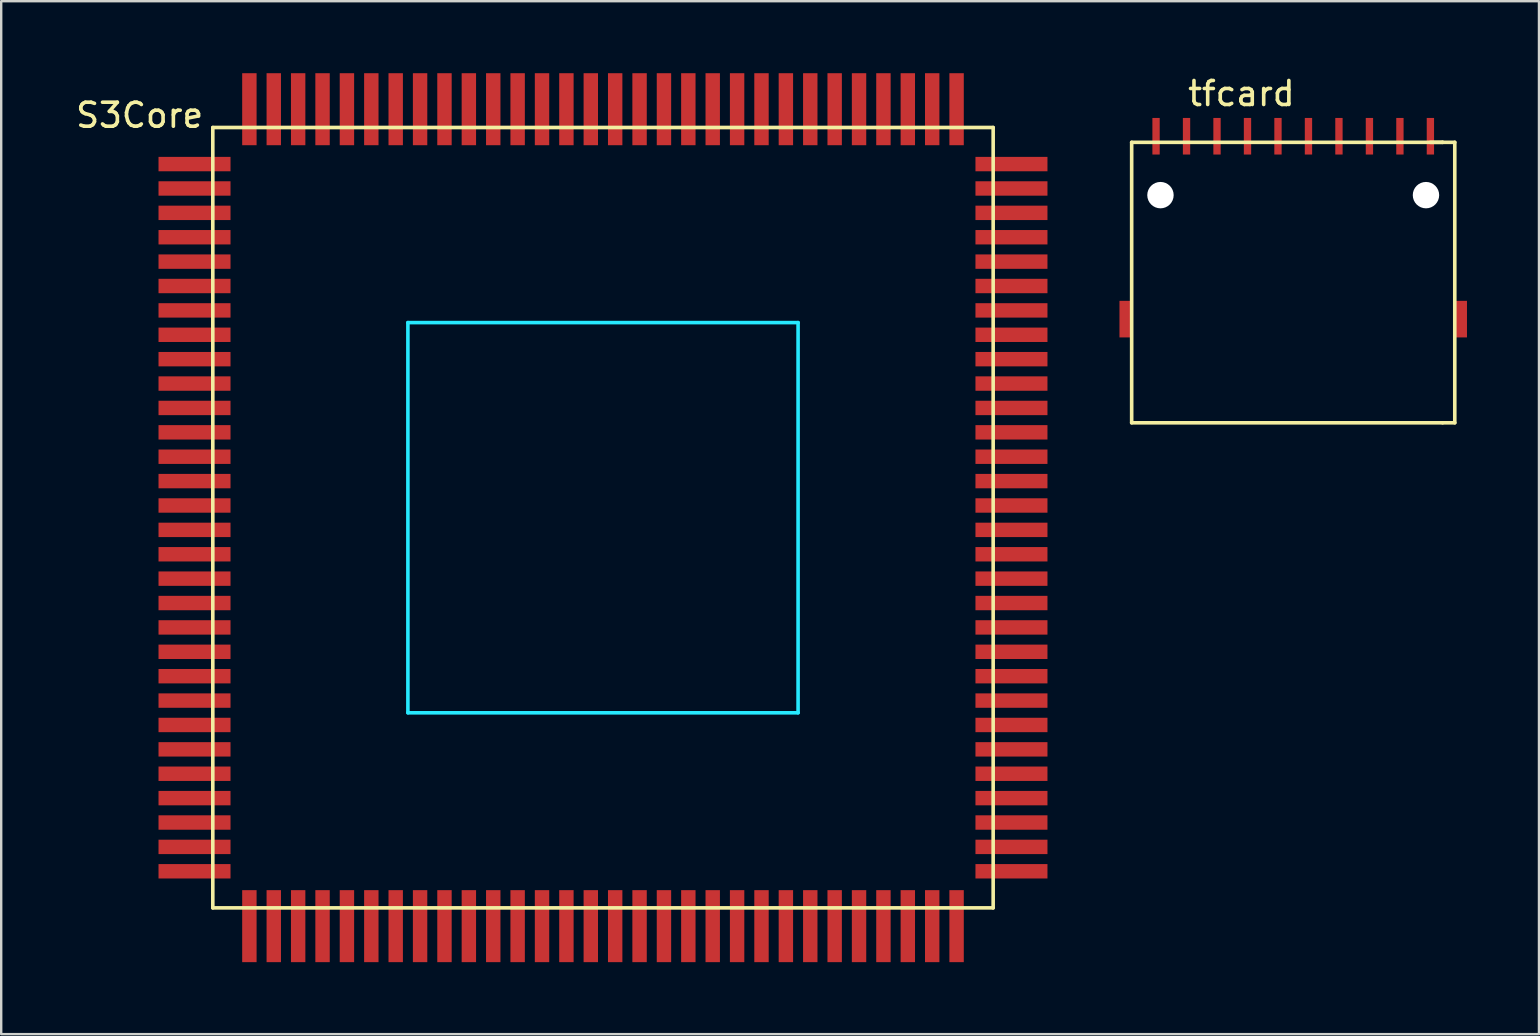
<source format=kicad_pcb>
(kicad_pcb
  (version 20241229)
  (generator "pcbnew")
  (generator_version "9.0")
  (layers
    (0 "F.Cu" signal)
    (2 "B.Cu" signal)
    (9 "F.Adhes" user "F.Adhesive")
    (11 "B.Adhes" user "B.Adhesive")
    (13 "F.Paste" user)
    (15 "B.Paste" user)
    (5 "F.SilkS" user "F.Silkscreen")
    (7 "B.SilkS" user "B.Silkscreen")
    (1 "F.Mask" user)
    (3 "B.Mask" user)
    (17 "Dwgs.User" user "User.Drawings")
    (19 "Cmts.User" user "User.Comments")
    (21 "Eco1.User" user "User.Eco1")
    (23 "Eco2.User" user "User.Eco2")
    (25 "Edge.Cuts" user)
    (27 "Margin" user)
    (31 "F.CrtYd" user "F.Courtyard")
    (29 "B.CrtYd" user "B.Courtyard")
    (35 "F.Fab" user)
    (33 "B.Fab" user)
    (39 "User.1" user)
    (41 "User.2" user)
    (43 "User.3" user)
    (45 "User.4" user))
  (footprint "S3Core"
    (layer "F.Cu")
    (at 5.816 2.262)
    (property "Reference" "S3Core" (at -3.048 -0.508 0) (layer "F.SilkS") (effects (font (size 1 1) (thickness 0.15))))
    (attr through_hole)
    (fp_line (start 0 0) (end 0 32.512) (stroke (width 0.15) (type solid)) (layer "F.SilkS"))
    (fp_line (start 0 32.512) (end 32.512 32.512) (stroke (width 0.15) (type solid)) (layer "F.SilkS"))
    (fp_line (start 32.512 0) (end 0 0) (stroke (width 0.15) (type solid)) (layer "F.SilkS"))
    (fp_line (start 32.512 32.512) (end 32.512 0) (stroke (width 0.15) (type solid)) (layer "F.SilkS"))
    (fp_line (start 8.128 8.128) (end 8.128 24.384) (stroke (width 0.15) (type solid)) (layer "B.CrtYd"))
    (fp_line (start 8.128 24.384) (end 24.384 24.384) (stroke (width 0.15) (type solid)) (layer "B.CrtYd"))
    (fp_line (start 24.384 8.128) (end 8.128 8.128) (stroke (width 0.15) (type solid)) (layer "B.CrtYd"))
    (fp_line (start 24.384 24.384) (end 24.384 8.128) (stroke (width 0.15) (type solid)) (layer "B.CrtYd"))
    (pad "1" smd rect (at -0.762 1.524) (size 3 0.6) (layers "F.Cu" "F.Mask" "F.Paste"))
    (pad "2" smd rect (at -0.762 2.54) (size 3 0.6) (layers "F.Cu" "F.Mask" "F.Paste"))
    (pad "3" smd rect (at -0.762 3.556) (size 3 0.6) (layers "F.Cu" "F.Mask" "F.Paste"))
    (pad "4" smd rect (at -0.762 4.572) (size 3 0.6) (layers "F.Cu" "F.Mask" "F.Paste"))
    (pad "5" smd rect (at -0.762 5.588) (size 3 0.6) (layers "F.Cu" "F.Mask" "F.Paste"))
    (pad "6" smd rect (at -0.762 6.604) (size 3 0.6) (layers "F.Cu" "F.Mask" "F.Paste"))
    (pad "7" smd rect (at -0.762 7.62) (size 3 0.6) (layers "F.Cu" "F.Mask" "F.Paste"))
    (pad "8" smd rect (at -0.762 8.636) (size 3 0.6) (layers "F.Cu" "F.Mask" "F.Paste"))
    (pad "9" smd rect (at -0.762 9.652) (size 3 0.6) (layers "F.Cu" "F.Mask" "F.Paste"))
    (pad "10" smd rect (at -0.762 10.668) (size 3 0.6) (layers "F.Cu" "F.Mask" "F.Paste"))
    (pad "11" smd rect (at -0.762 11.684) (size 3 0.6) (layers "F.Cu" "F.Mask" "F.Paste"))
    (pad "12" smd rect (at -0.762 12.7) (size 3 0.6) (layers "F.Cu" "F.Mask" "F.Paste"))
    (pad "13" smd rect (at -0.762 13.716) (size 3 0.6) (layers "F.Cu" "F.Mask" "F.Paste"))
    (pad "14" smd rect (at -0.762 14.732) (size 3 0.6) (layers "F.Cu" "F.Mask" "F.Paste"))
    (pad "15" smd rect (at -0.762 15.748) (size 3 0.6) (layers "F.Cu" "F.Mask" "F.Paste"))
    (pad "16" smd rect (at -0.762 16.764) (size 3 0.6) (layers "F.Cu" "F.Mask" "F.Paste"))
    (pad "17" smd rect (at -0.762 17.78) (size 3 0.6) (layers "F.Cu" "F.Mask" "F.Paste"))
    (pad "18" smd rect (at -0.762 18.796) (size 3 0.6) (layers "F.Cu" "F.Mask" "F.Paste"))
    (pad "19" smd rect (at -0.762 19.812) (size 3 0.6) (layers "F.Cu" "F.Mask" "F.Paste"))
    (pad "20" smd rect (at -0.762 20.828) (size 3 0.6) (layers "F.Cu" "F.Mask" "F.Paste"))
    (pad "21" smd rect (at -0.762 21.844) (size 3 0.6) (layers "F.Cu" "F.Mask" "F.Paste"))
    (pad "22" smd rect (at -0.762 22.86) (size 3 0.6) (layers "F.Cu" "F.Mask" "F.Paste"))
    (pad "23" smd rect (at -0.762 23.876) (size 3 0.6) (layers "F.Cu" "F.Mask" "F.Paste"))
    (pad "24" smd rect (at -0.762 24.892) (size 3 0.6) (layers "F.Cu" "F.Mask" "F.Paste"))
    (pad "25" smd rect (at -0.762 25.908) (size 3 0.6) (layers "F.Cu" "F.Mask" "F.Paste"))
    (pad "26" smd rect (at -0.762 26.924) (size 3 0.6) (layers "F.Cu" "F.Mask" "F.Paste"))
    (pad "27" smd rect (at -0.762 27.94) (size 3 0.6) (layers "F.Cu" "F.Mask" "F.Paste"))
    (pad "28" smd rect (at -0.762 28.956) (size 3 0.6) (layers "F.Cu" "F.Mask" "F.Paste"))
    (pad "29" smd rect (at -0.762 29.972) (size 3 0.6) (layers "F.Cu" "F.Mask" "F.Paste"))
    (pad "30" smd rect (at -0.762 30.988) (size 3 0.6) (layers "F.Cu" "F.Mask" "F.Paste"))
    (pad "31" smd rect (at 1.524 33.274) (size 0.6 3) (layers "F.Cu" "F.Mask" "F.Paste"))
    (pad "32" smd rect (at 2.54 33.274) (size 0.6 3) (layers "F.Cu" "F.Mask" "F.Paste"))
    (pad "33" smd rect (at 3.556 33.274) (size 0.6 3) (layers "F.Cu" "F.Mask" "F.Paste"))
    (pad "34" smd rect (at 4.572 33.274) (size 0.6 3) (layers "F.Cu" "F.Mask" "F.Paste"))
    (pad "35" smd rect (at 5.588 33.274) (size 0.6 3) (layers "F.Cu" "F.Mask" "F.Paste"))
    (pad "36" smd rect (at 6.604 33.274) (size 0.6 3) (layers "F.Cu" "F.Mask" "F.Paste"))
    (pad "37" smd rect (at 7.62 33.274) (size 0.6 3) (layers "F.Cu" "F.Mask" "F.Paste"))
    (pad "38" smd rect (at 8.636 33.274) (size 0.6 3) (layers "F.Cu" "F.Mask" "F.Paste"))
    (pad "39" smd rect (at 9.652 33.274) (size 0.6 3) (layers "F.Cu" "F.Mask" "F.Paste"))
    (pad "40" smd rect (at 10.668 33.274) (size 0.6 3) (layers "F.Cu" "F.Mask" "F.Paste"))
    (pad "41" smd rect (at 11.684 33.274) (size 0.6 3) (layers "F.Cu" "F.Mask" "F.Paste"))
    (pad "42" smd rect (at 12.7 33.274) (size 0.6 3) (layers "F.Cu" "F.Mask" "F.Paste"))
    (pad "43" smd rect (at 13.716 33.274) (size 0.6 3) (layers "F.Cu" "F.Mask" "F.Paste"))
    (pad "44" smd rect (at 14.732 33.274) (size 0.6 3) (layers "F.Cu" "F.Mask" "F.Paste"))
    (pad "45" smd rect (at 15.748 33.274) (size 0.6 3) (layers "F.Cu" "F.Mask" "F.Paste"))
    (pad "46" smd rect (at 16.764 33.274) (size 0.6 3) (layers "F.Cu" "F.Mask" "F.Paste"))
    (pad "47" smd rect (at 17.78 33.274) (size 0.6 3) (layers "F.Cu" "F.Mask" "F.Paste"))
    (pad "48" smd rect (at 18.796 33.274) (size 0.6 3) (layers "F.Cu" "F.Mask" "F.Paste"))
    (pad "49" smd rect (at 19.812 33.274) (size 0.6 3) (layers "F.Cu" "F.Mask" "F.Paste"))
    (pad "50" smd rect (at 20.828 33.274) (size 0.6 3) (layers "F.Cu" "F.Mask" "F.Paste"))
    (pad "51" smd rect (at 21.844 33.274) (size 0.6 3) (layers "F.Cu" "F.Mask" "F.Paste"))
    (pad "52" smd rect (at 22.86 33.274) (size 0.6 3) (layers "F.Cu" "F.Mask" "F.Paste"))
    (pad "53" smd rect (at 23.876 33.274) (size 0.6 3) (layers "F.Cu" "F.Mask" "F.Paste"))
    (pad "54" smd rect (at 24.892 33.274) (size 0.6 3) (layers "F.Cu" "F.Mask" "F.Paste"))
    (pad "55" smd rect (at 25.908 33.274) (size 0.6 3) (layers "F.Cu" "F.Mask" "F.Paste"))
    (pad "56" smd rect (at 26.924 33.274) (size 0.6 3) (layers "F.Cu" "F.Mask" "F.Paste"))
    (pad "57" smd rect (at 27.94 33.274) (size 0.6 3) (layers "F.Cu" "F.Mask" "F.Paste"))
    (pad "58" smd rect (at 28.956 33.274) (size 0.6 3) (layers "F.Cu" "F.Mask" "F.Paste"))
    (pad "59" smd rect (at 29.972 33.274) (size 0.6 3) (layers "F.Cu" "F.Mask" "F.Paste"))
    (pad "60" smd rect (at 30.988 33.274) (size 0.6 3) (layers "F.Cu" "F.Mask" "F.Paste"))
    (pad "61" smd rect (at 33.274 30.988) (size 3 0.6) (layers "F.Cu" "F.Mask" "F.Paste"))
    (pad "62" smd rect (at 33.274 29.972) (size 3 0.6) (layers "F.Cu" "F.Mask" "F.Paste"))
    (pad "63" smd rect (at 33.274 28.956) (size 3 0.6) (layers "F.Cu" "F.Mask" "F.Paste"))
    (pad "64" smd rect (at 33.274 27.94) (size 3 0.6) (layers "F.Cu" "F.Mask" "F.Paste"))
    (pad "65" smd rect (at 33.274 26.924) (size 3 0.6) (layers "F.Cu" "F.Mask" "F.Paste"))
    (pad "66" smd rect (at 33.274 25.908) (size 3 0.6) (layers "F.Cu" "F.Mask" "F.Paste"))
    (pad "67" smd rect (at 33.274 24.892) (size 3 0.6) (layers "F.Cu" "F.Mask" "F.Paste"))
    (pad "68" smd rect (at 33.274 23.876) (size 3 0.6) (layers "F.Cu" "F.Mask" "F.Paste"))
    (pad "69" smd rect (at 33.274 22.86) (size 3 0.6) (layers "F.Cu" "F.Mask" "F.Paste"))
    (pad "70" smd rect (at 33.274 21.844) (size 3 0.6) (layers "F.Cu" "F.Mask" "F.Paste"))
    (pad "71" smd rect (at 33.274 20.828) (size 3 0.6) (layers "F.Cu" "F.Mask" "F.Paste"))
    (pad "72" smd rect (at 33.274 19.812) (size 3 0.6) (layers "F.Cu" "F.Mask" "F.Paste"))
    (pad "73" smd rect (at 33.274 18.796) (size 3 0.6) (layers "F.Cu" "F.Mask" "F.Paste"))
    (pad "74" smd rect (at 33.274 17.78) (size 3 0.6) (layers "F.Cu" "F.Mask" "F.Paste"))
    (pad "75" smd rect (at 33.274 16.764) (size 3 0.6) (layers "F.Cu" "F.Mask" "F.Paste"))
    (pad "76" smd rect (at 33.274 15.748) (size 3 0.6) (layers "F.Cu" "F.Mask" "F.Paste"))
    (pad "77" smd rect (at 33.274 14.732) (size 3 0.6) (layers "F.Cu" "F.Mask" "F.Paste"))
    (pad "78" smd rect (at 33.274 13.716) (size 3 0.6) (layers "F.Cu" "F.Mask" "F.Paste"))
    (pad "79" smd rect (at 33.274 12.7) (size 3 0.6) (layers "F.Cu" "F.Mask" "F.Paste"))
    (pad "80" smd rect (at 33.274 11.684) (size 3 0.6) (layers "F.Cu" "F.Mask" "F.Paste"))
    (pad "81" smd rect (at 33.274 10.668) (size 3 0.6) (layers "F.Cu" "F.Mask" "F.Paste"))
    (pad "82" smd rect (at 33.274 9.652) (size 3 0.6) (layers "F.Cu" "F.Mask" "F.Paste"))
    (pad "83" smd rect (at 33.274 8.636) (size 3 0.6) (layers "F.Cu" "F.Mask" "F.Paste"))
    (pad "84" smd rect (at 33.274 7.62) (size 3 0.6) (layers "F.Cu" "F.Mask" "F.Paste"))
    (pad "85" smd rect (at 33.274 6.604) (size 3 0.6) (layers "F.Cu" "F.Mask" "F.Paste"))
    (pad "86" smd rect (at 33.274 5.588) (size 3 0.6) (layers "F.Cu" "F.Mask" "F.Paste"))
    (pad "87" smd rect (at 33.274 4.572) (size 3 0.6) (layers "F.Cu" "F.Mask" "F.Paste"))
    (pad "88" smd rect (at 33.274 3.556) (size 3 0.6) (layers "F.Cu" "F.Mask" "F.Paste"))
    (pad "89" smd rect (at 33.274 2.54) (size 3 0.6) (layers "F.Cu" "F.Mask" "F.Paste"))
    (pad "90" smd rect (at 33.274 1.524) (size 3 0.6) (layers "F.Cu" "F.Mask" "F.Paste"))
    (pad "91" smd rect (at 30.988 -0.762) (size 0.6 3) (layers "F.Cu" "F.Mask" "F.Paste"))
    (pad "92" smd rect (at 29.972 -0.762) (size 0.6 3) (layers "F.Cu" "F.Mask" "F.Paste"))
    (pad "93" smd rect (at 28.956 -0.762) (size 0.6 3) (layers "F.Cu" "F.Mask" "F.Paste"))
    (pad "94" smd rect (at 27.94 -0.762) (size 0.6 3) (layers "F.Cu" "F.Mask" "F.Paste"))
    (pad "95" smd rect (at 26.924 -0.762) (size 0.6 3) (layers "F.Cu" "F.Mask" "F.Paste"))
    (pad "96" smd rect (at 25.908 -0.762) (size 0.6 3) (layers "F.Cu" "F.Mask" "F.Paste"))
    (pad "97" smd rect (at 24.892 -0.762) (size 0.6 3) (layers "F.Cu" "F.Mask" "F.Paste"))
    (pad "98" smd rect (at 23.876 -0.762) (size 0.6 3) (layers "F.Cu" "F.Mask" "F.Paste"))
    (pad "99" smd rect (at 22.86 -0.762) (size 0.6 3) (layers "F.Cu" "F.Mask" "F.Paste"))
    (pad "100" smd rect (at 21.844 -0.762) (size 0.6 3) (layers "F.Cu" "F.Mask" "F.Paste"))
    (pad "101" smd rect (at 20.828 -0.762) (size 0.6 3) (layers "F.Cu" "F.Mask" "F.Paste"))
    (pad "102" smd rect (at 19.812 -0.762) (size 0.6 3) (layers "F.Cu" "F.Mask" "F.Paste"))
    (pad "103" smd rect (at 18.796 -0.762) (size 0.6 3) (layers "F.Cu" "F.Mask" "F.Paste"))
    (pad "104" smd rect (at 17.78 -0.762) (size 0.6 3) (layers "F.Cu" "F.Mask" "F.Paste"))
    (pad "105" smd rect (at 16.764 -0.762) (size 0.6 3) (layers "F.Cu" "F.Mask" "F.Paste"))
    (pad "106" smd rect (at 15.748 -0.762) (size 0.6 3) (layers "F.Cu" "F.Mask" "F.Paste"))
    (pad "107" smd rect (at 14.732 -0.762) (size 0.6 3) (layers "F.Cu" "F.Mask" "F.Paste"))
    (pad "108" smd rect (at 13.716 -0.762) (size 0.6 3) (layers "F.Cu" "F.Mask" "F.Paste"))
    (pad "109" smd rect (at 12.7 -0.762) (size 0.6 3) (layers "F.Cu" "F.Mask" "F.Paste"))
    (pad "110" smd rect (at 11.684 -0.762) (size 0.6 3) (layers "F.Cu" "F.Mask" "F.Paste"))
    (pad "111" smd rect (at 10.668 -0.762) (size 0.6 3) (layers "F.Cu" "F.Mask" "F.Paste"))
    (pad "112" smd rect (at 9.652 -0.762) (size 0.6 3) (layers "F.Cu" "F.Mask" "F.Paste"))
    (pad "113" smd rect (at 8.636 -0.762) (size 0.6 3) (layers "F.Cu" "F.Mask" "F.Paste"))
    (pad "114" smd rect (at 7.62 -0.762) (size 0.6 3) (layers "F.Cu" "F.Mask" "F.Paste"))
    (pad "115" smd rect (at 6.604 -0.762) (size 0.6 3) (layers "F.Cu" "F.Mask" "F.Paste"))
    (pad "116" smd rect (at 5.588 -0.762) (size 0.6 3) (layers "F.Cu" "F.Mask" "F.Paste"))
    (pad "117" smd rect (at 4.572 -0.762) (size 0.6 3) (layers "F.Cu" "F.Mask" "F.Paste"))
    (pad "118" smd rect (at 3.556 -0.762) (size 0.6 3) (layers "F.Cu" "F.Mask" "F.Paste"))
    (pad "119" smd rect (at 2.54 -0.762) (size 0.6 3) (layers "F.Cu" "F.Mask" "F.Paste"))
    (pad "120" smd rect (at 1.524 -0.762) (size 0.6 3) (layers "F.Cu" "F.Mask" "F.Paste")))
  (footprint "tfcard"
    (layer "F.Cu")
    (at 44.098 2.88)
    (property "Reference" "tfcard" (at 4.572 -2.032 0) (layer "F.SilkS") (effects (font (size 1 1) (thickness 0.15))))
    (attr through_hole)
    (fp_line (start 0 0) (end 0 11.684) (stroke (width 0.15) (type solid)) (layer "F.SilkS"))
    (fp_line (start 0 11.684) (end 12.954 11.684) (stroke (width 0.15) (type solid)) (layer "F.SilkS"))
    (fp_line (start 12.446 0) (end 12.954 0) (stroke (width 0.15) (type solid)) (layer "F.SilkS"))
    (fp_line (start 12.954 0) (end 0 0) (stroke (width 0.15) (type solid)) (layer "F.SilkS"))
    (fp_line (start 12.954 0) (end 13.462 0) (stroke (width 0.15) (type solid)) (layer "F.SilkS"))
    (fp_line (start 13.462 0) (end 13.462 11.684) (stroke (width 0.15) (type solid)) (layer "F.SilkS"))
    (fp_line (start 13.462 11.684) (end 12.954 11.684) (stroke (width 0.15) (type solid)) (layer "F.SilkS"))
    (pad "" np_thru_hole circle (at 1.2 2.2) (size 1.1 1.1) (drill 1.1) (layers "*.Cu" "*.Mask"))
    (pad "" np_thru_hole circle (at 12.262 2.2) (size 1.1 1.1) (drill 1.1) (layers "*.Cu" "*.Mask"))
    (pad "1" smd rect (at 1.016 -0.254) (size 0.305 1.524) (layers "F.Cu" "F.Mask" "F.Paste"))
    (pad "2" smd rect (at 2.286 -0.254) (size 0.305 1.524) (layers "F.Cu" "F.Mask" "F.Paste"))
    (pad "3" smd rect (at 3.556 -0.254) (size 0.305 1.524) (layers "F.Cu" "F.Mask" "F.Paste"))
    (pad "4" smd rect (at 4.826 -0.254) (size 0.305 1.524) (layers "F.Cu" "F.Mask" "F.Paste"))
    (pad "5" smd rect (at 6.096 -0.254) (size 0.305 1.524) (layers "F.Cu" "F.Mask" "F.Paste"))
    (pad "6" smd rect (at 7.366 -0.254) (size 0.305 1.524) (layers "F.Cu" "F.Mask" "F.Paste"))
    (pad "7" smd rect (at 8.636 -0.254) (size 0.305 1.524) (layers "F.Cu" "F.Mask" "F.Paste"))
    (pad "8" smd rect (at 9.906 -0.254) (size 0.305 1.524) (layers "F.Cu" "F.Mask" "F.Paste"))
    (pad "9" smd rect (at 11.176 -0.254) (size 0.305 1.524) (layers "F.Cu" "F.Mask" "F.Paste"))
    (pad "10" smd rect (at 12.446 -0.254) (size 0.305 1.524) (layers "F.Cu" "F.Mask" "F.Paste"))
    (pad "11" smd rect (at -0.254 7.366) (size 0.508 1.524) (layers "F.Cu" "F.Mask" "F.Paste"))
    (pad "12" smd rect (at 13.716 7.366) (size 0.508 1.524) (layers "F.Cu" "F.Mask" "F.Paste")))
  (gr_rect
    (start -3 -3)
    (end 61.068 40.036)
    (stroke (width 0.1) (type default))
    (fill no)
    (layer "Edge.Cuts")))
</source>
